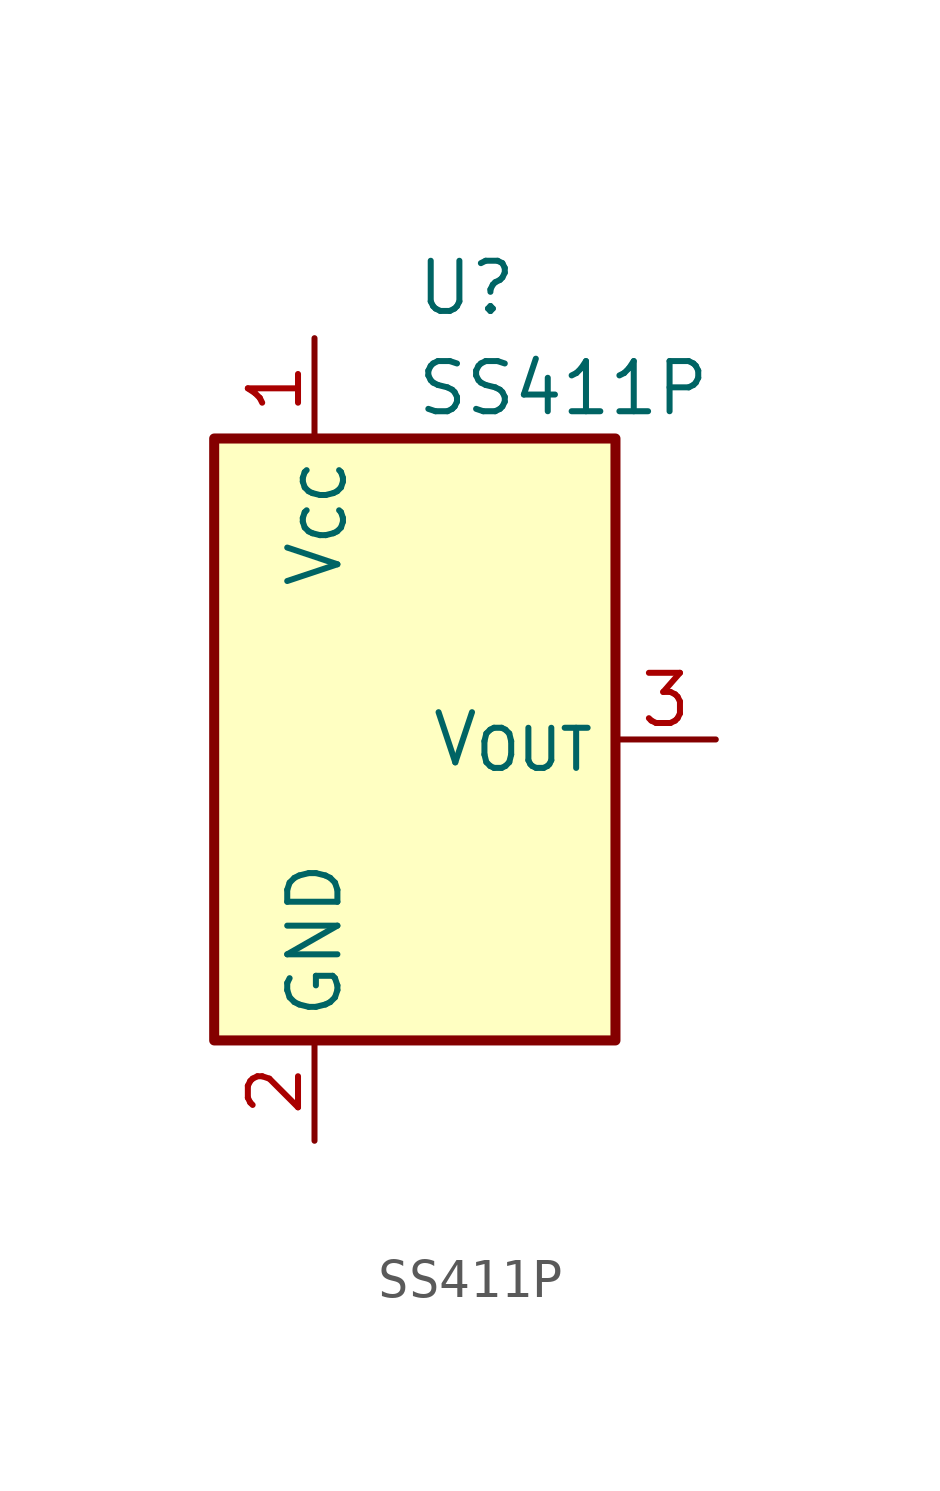
<source format=kicad_sym>
(kicad_symbol_lib
  (version 20241209)
  (generator "kicad_symbol_editor")
  (generator_version "9.0")
  (symbol "SS411P"
    (property "Reference" "U"
      (at 0 11.43 0)
      (effects (font (size 1.27 1.27)) (justify left)))
    (property "Value" "SS411P"
      (at 0 8.89 0)
      (effects (font (size 1.27 1.27)) (justify left)))
    (symbol "SS411P_0_1"
      (rectangle (start -5.08 7.62) (end 5.08 -7.62) (stroke (width 0.254) (type default)) (fill (type background))))
    (symbol "SS411P_1_1"
      (pin power_in line (at -2.54 10.16 270) (length 2.54) (name "V_{CC}" (effects (font (size 1.27 1.27)))) (number "1" (effects (font (size 1.27 1.27)))))
      (pin power_in line (at -2.54 -10.16 90) (length 2.54) (name "GND" (effects (font (size 1.27 1.27)))) (number "2" (effects (font (size 1.27 1.27)))))
      (pin open_collector line (at 7.62 0 180) (length 2.54) (name "V_{OUT}" (effects (font (size 1.27 1.27)))) (number "3" (effects (font (size 1.27 1.27))))))))
</source>
